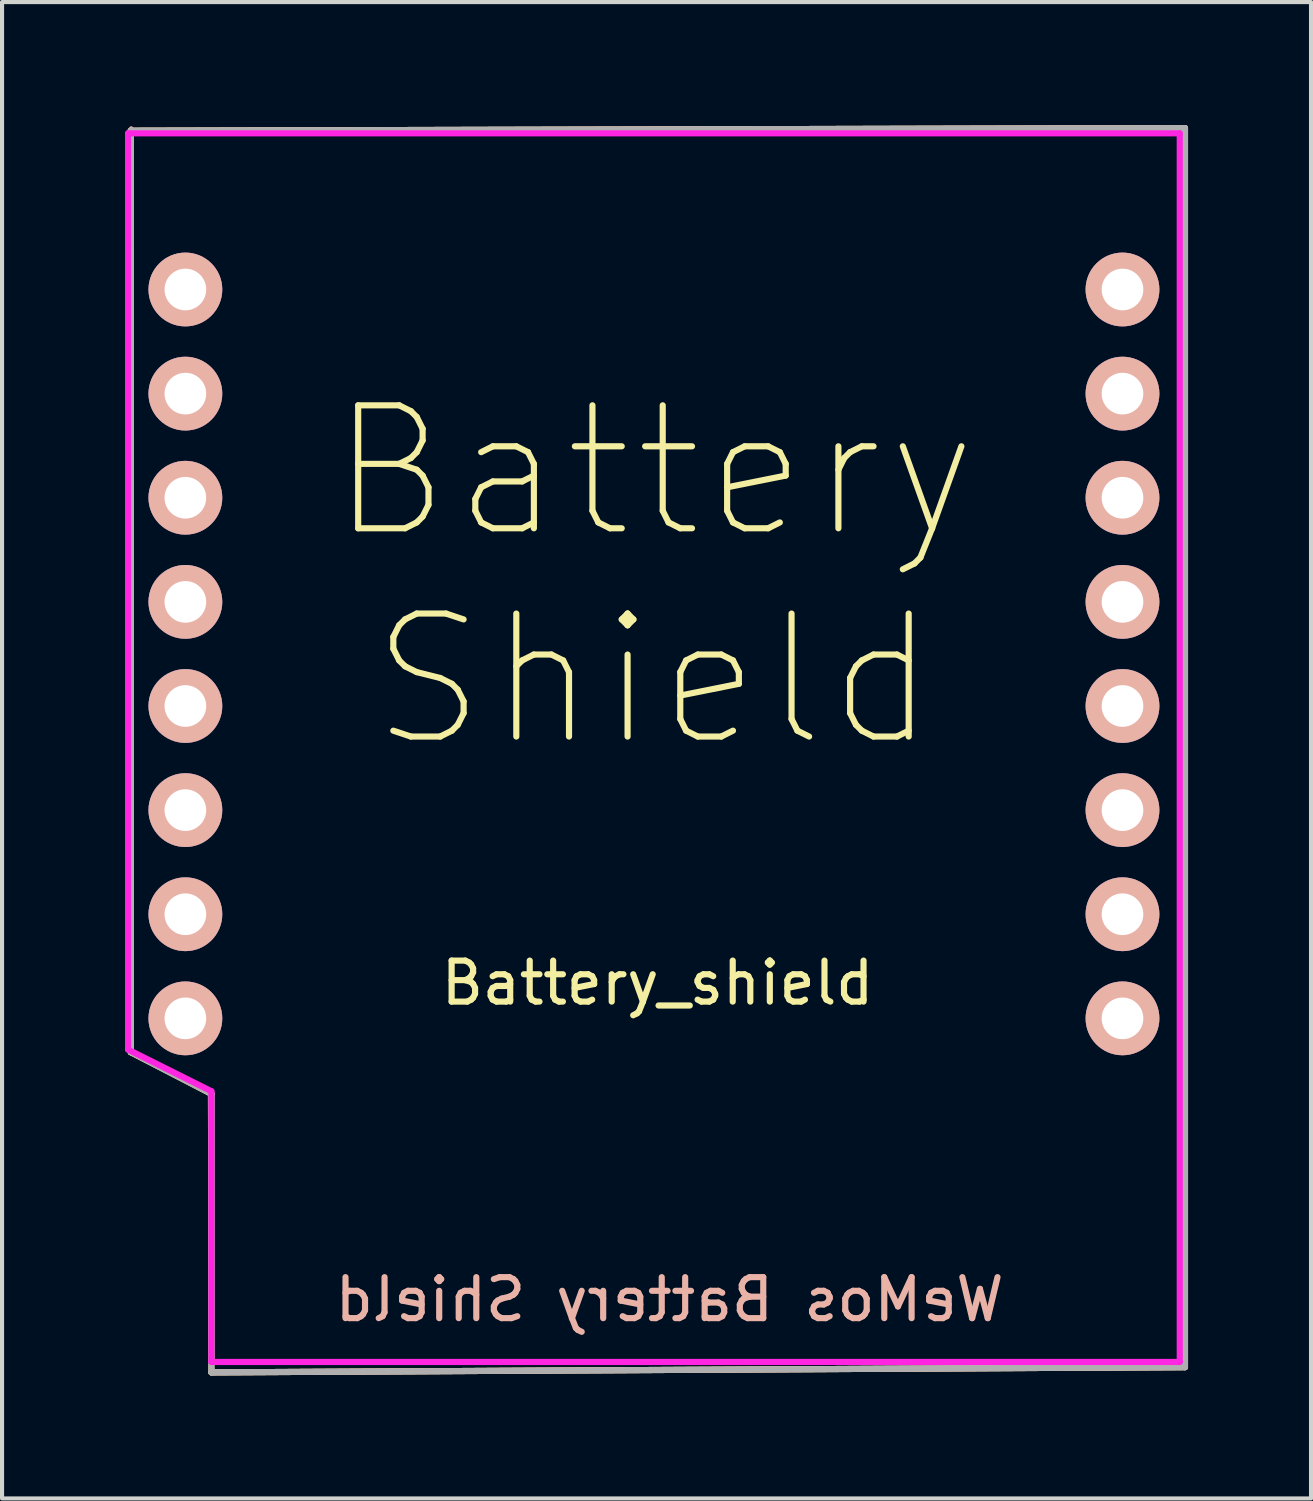
<source format=kicad_pcb>
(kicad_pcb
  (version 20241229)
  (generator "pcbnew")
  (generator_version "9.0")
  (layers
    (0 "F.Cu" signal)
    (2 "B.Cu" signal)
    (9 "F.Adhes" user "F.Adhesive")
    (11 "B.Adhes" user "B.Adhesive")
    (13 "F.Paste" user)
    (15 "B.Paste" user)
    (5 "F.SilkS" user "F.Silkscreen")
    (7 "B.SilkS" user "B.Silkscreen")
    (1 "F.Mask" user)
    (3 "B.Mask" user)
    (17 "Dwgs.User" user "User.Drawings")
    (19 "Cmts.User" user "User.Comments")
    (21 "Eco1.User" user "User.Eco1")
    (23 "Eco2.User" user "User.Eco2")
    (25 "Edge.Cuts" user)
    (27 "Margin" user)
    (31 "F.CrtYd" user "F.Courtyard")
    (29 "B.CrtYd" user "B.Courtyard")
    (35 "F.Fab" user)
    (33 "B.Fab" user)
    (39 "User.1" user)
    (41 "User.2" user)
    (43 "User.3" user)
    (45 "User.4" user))
  (footprint "Battery_shield"
    (layer "F.Cu")
    (at 13.029 15.696)
    (property "Reference" "Battery_shield" (at -0.038 5.232 0) (layer "F.SilkS") (effects (font (size 1 1) (thickness 0.15))))
    (attr through_hole)
    (fp_line (start -12.89 -15.557) (end 12.827 -15.621) (stroke (width 0.15) (type solid)) (layer "F.SilkS"))
    (fp_line (start -12.89 6.921) (end -12.89 -15.557) (stroke (width 0.15) (type solid)) (layer "F.SilkS"))
    (fp_line (start -10.922 7.938) (end -12.89 6.921) (stroke (width 0.15) (type solid)) (layer "F.SilkS"))
    (fp_line (start -10.922 14.732) (end -10.922 7.938) (stroke (width 0.15) (type solid)) (layer "F.SilkS"))
    (fp_line (start 12.827 -15.621) (end 12.827 14.605) (stroke (width 0.15) (type solid)) (layer "F.SilkS"))
    (fp_line (start 12.827 14.605) (end -10.922 14.732) (stroke (width 0.15) (type solid)) (layer "F.SilkS"))
    (fp_line (start -12.903 6.939) (end -10.959 7.9) (stroke (width 0.1) (type solid)) (layer "B.SilkS"))
    (fp_line (start -12.89 -15.557) (end 12.827 -15.621) (stroke (width 0.15) (type solid)) (layer "B.SilkS"))
    (fp_line (start -12.878 -15.616) (end -12.903 6.939) (stroke (width 0.1) (type solid)) (layer "B.SilkS"))
    (fp_line (start -10.959 7.9) (end -10.93 14.709) (stroke (width 0.1) (type solid)) (layer "B.SilkS"))
    (fp_line (start -10.922 14.732) (end 12.764 14.605) (stroke (width 0.15) (type solid)) (layer "B.SilkS"))
    (fp_line (start 12.827 -15.621) (end 12.827 14.605) (stroke (width 0.15) (type solid)) (layer "B.SilkS"))
    (fp_line (start -12.954 -15.494) (end 12.7 -15.494) (stroke (width 0.15) (type solid)) (layer "F.CrtYd"))
    (fp_line (start -12.954 6.858) (end -12.954 -15.494) (stroke (width 0.15) (type solid)) (layer "F.CrtYd"))
    (fp_line (start -10.922 7.874) (end -12.954 6.858) (stroke (width 0.15) (type solid)) (layer "F.CrtYd"))
    (fp_line (start -10.922 14.478) (end -10.922 7.874) (stroke (width 0.15) (type solid)) (layer "F.CrtYd"))
    (fp_line (start 12.7 -15.494) (end 12.7 14.478) (stroke (width 0.15) (type solid)) (layer "F.CrtYd"))
    (fp_line (start 12.7 14.478) (end -10.922 14.478) (stroke (width 0.15) (type solid)) (layer "F.CrtYd"))
    (fp_line (start -12.89 -15.557) (end 12.827 -15.621) (stroke (width 0.15) (type solid)) (layer "F.Fab"))
    (fp_line (start -12.89 -15.494) (end -12.89 -15.557) (stroke (width 0.15) (type solid)) (layer "F.Fab"))
    (fp_line (start -12.89 6.921) (end -12.89 -15.494) (stroke (width 0.15) (type solid)) (layer "F.Fab"))
    (fp_line (start -10.922 7.938) (end -12.89 6.921) (stroke (width 0.15) (type solid)) (layer "F.Fab"))
    (fp_line (start -10.922 14.732) (end -10.922 7.938) (stroke (width 0.15) (type solid)) (layer "F.Fab"))
    (fp_line (start 12.827 -15.621) (end 12.827 14.605) (stroke (width 0.15) (type solid)) (layer "F.Fab"))
    (fp_line (start 12.827 14.605) (end -10.922 14.732) (stroke (width 0.15) (type solid)) (layer "F.Fab"))
    (fp_text user "Battery" (at -0.127 -7.239 180) (layer "F.SilkS") (effects (font (size 3 3) (thickness 0.15))))
    (fp_text user "Shield" (at -0.127 -2.159 180) (layer "F.SilkS") (effects (font (size 3 3) (thickness 0.15))))
    (fp_text user "WeMos Battery Shield" (at 0.254 12.954 180) (layer "B.SilkS") (effects (font (size 1 1) (thickness 0.15)) (justify mirror)))
    (pad "1" thru_hole circle (at 11.303 6.096 180) (size 1.8 1.8) (drill 1.016) (layers "*.Cu" "*.Mask" "B.SilkS"))
    (pad "2" thru_hole circle (at 11.303 3.556 180) (size 1.8 1.8) (drill 1.016) (layers "*.Cu" "*.Mask" "B.SilkS"))
    (pad "3" thru_hole circle (at 11.303 1.016 180) (size 1.8 1.8) (drill 1.016) (layers "*.Cu" "*.Mask" "B.SilkS"))
    (pad "4" thru_hole circle (at 11.303 -1.524 180) (size 1.8 1.8) (drill 1.016) (layers "*.Cu" "*.Mask" "B.SilkS"))
    (pad "5" thru_hole circle (at 11.303 -4.064 180) (size 1.8 1.8) (drill 1.016) (layers "*.Cu" "*.Mask" "B.SilkS"))
    (pad "6" thru_hole circle (at 11.303 -6.604 180) (size 1.8 1.8) (drill 1.016) (layers "*.Cu" "*.Mask" "B.SilkS"))
    (pad "7" thru_hole circle (at 11.303 -9.144 180) (size 1.8 1.8) (drill 1.016) (layers "*.Cu" "*.Mask" "B.SilkS"))
    (pad "8" thru_hole circle (at 11.303 -11.684 180) (size 1.8 1.8) (drill 1.016) (layers "*.Cu" "*.Mask" "B.SilkS"))
    (pad "9" thru_hole circle (at -11.557 -11.684 180) (size 1.8 1.8) (drill 1.016) (layers "*.Cu" "*.Mask" "B.SilkS"))
    (pad "10" thru_hole circle (at -11.557 -9.144 180) (size 1.8 1.8) (drill 1.016) (layers "*.Cu" "*.Mask" "B.SilkS"))
    (pad "11" thru_hole circle (at -11.557 -6.604 180) (size 1.8 1.8) (drill 1.016) (layers "*.Cu" "*.Mask" "B.SilkS"))
    (pad "12" thru_hole circle (at -11.557 -4.064 180) (size 1.8 1.8) (drill 1.016) (layers "*.Cu" "*.Mask" "B.SilkS"))
    (pad "13" thru_hole circle (at -11.557 -1.524 180) (size 1.8 1.8) (drill 1.016) (layers "*.Cu" "*.Mask" "B.SilkS"))
    (pad "14" thru_hole circle (at -11.557 1.016 180) (size 1.8 1.8) (drill 1.016) (layers "*.Cu" "*.Mask" "B.SilkS"))
    (pad "15" thru_hole circle (at -11.557 3.556 180) (size 1.8 1.8) (drill 1.016) (layers "*.Cu" "*.Mask" "B.SilkS"))
    (pad "16" thru_hole circle (at -11.557 6.096 180) (size 1.8 1.8) (drill 1.016) (layers "*.Cu" "*.Mask" "B.SilkS")))
  (gr_rect
    (start -3 -3)
    (end 28.931 33.503)
    (stroke (width 0.1) (type default))
    (fill no)
    (layer "Edge.Cuts")))
</source>
